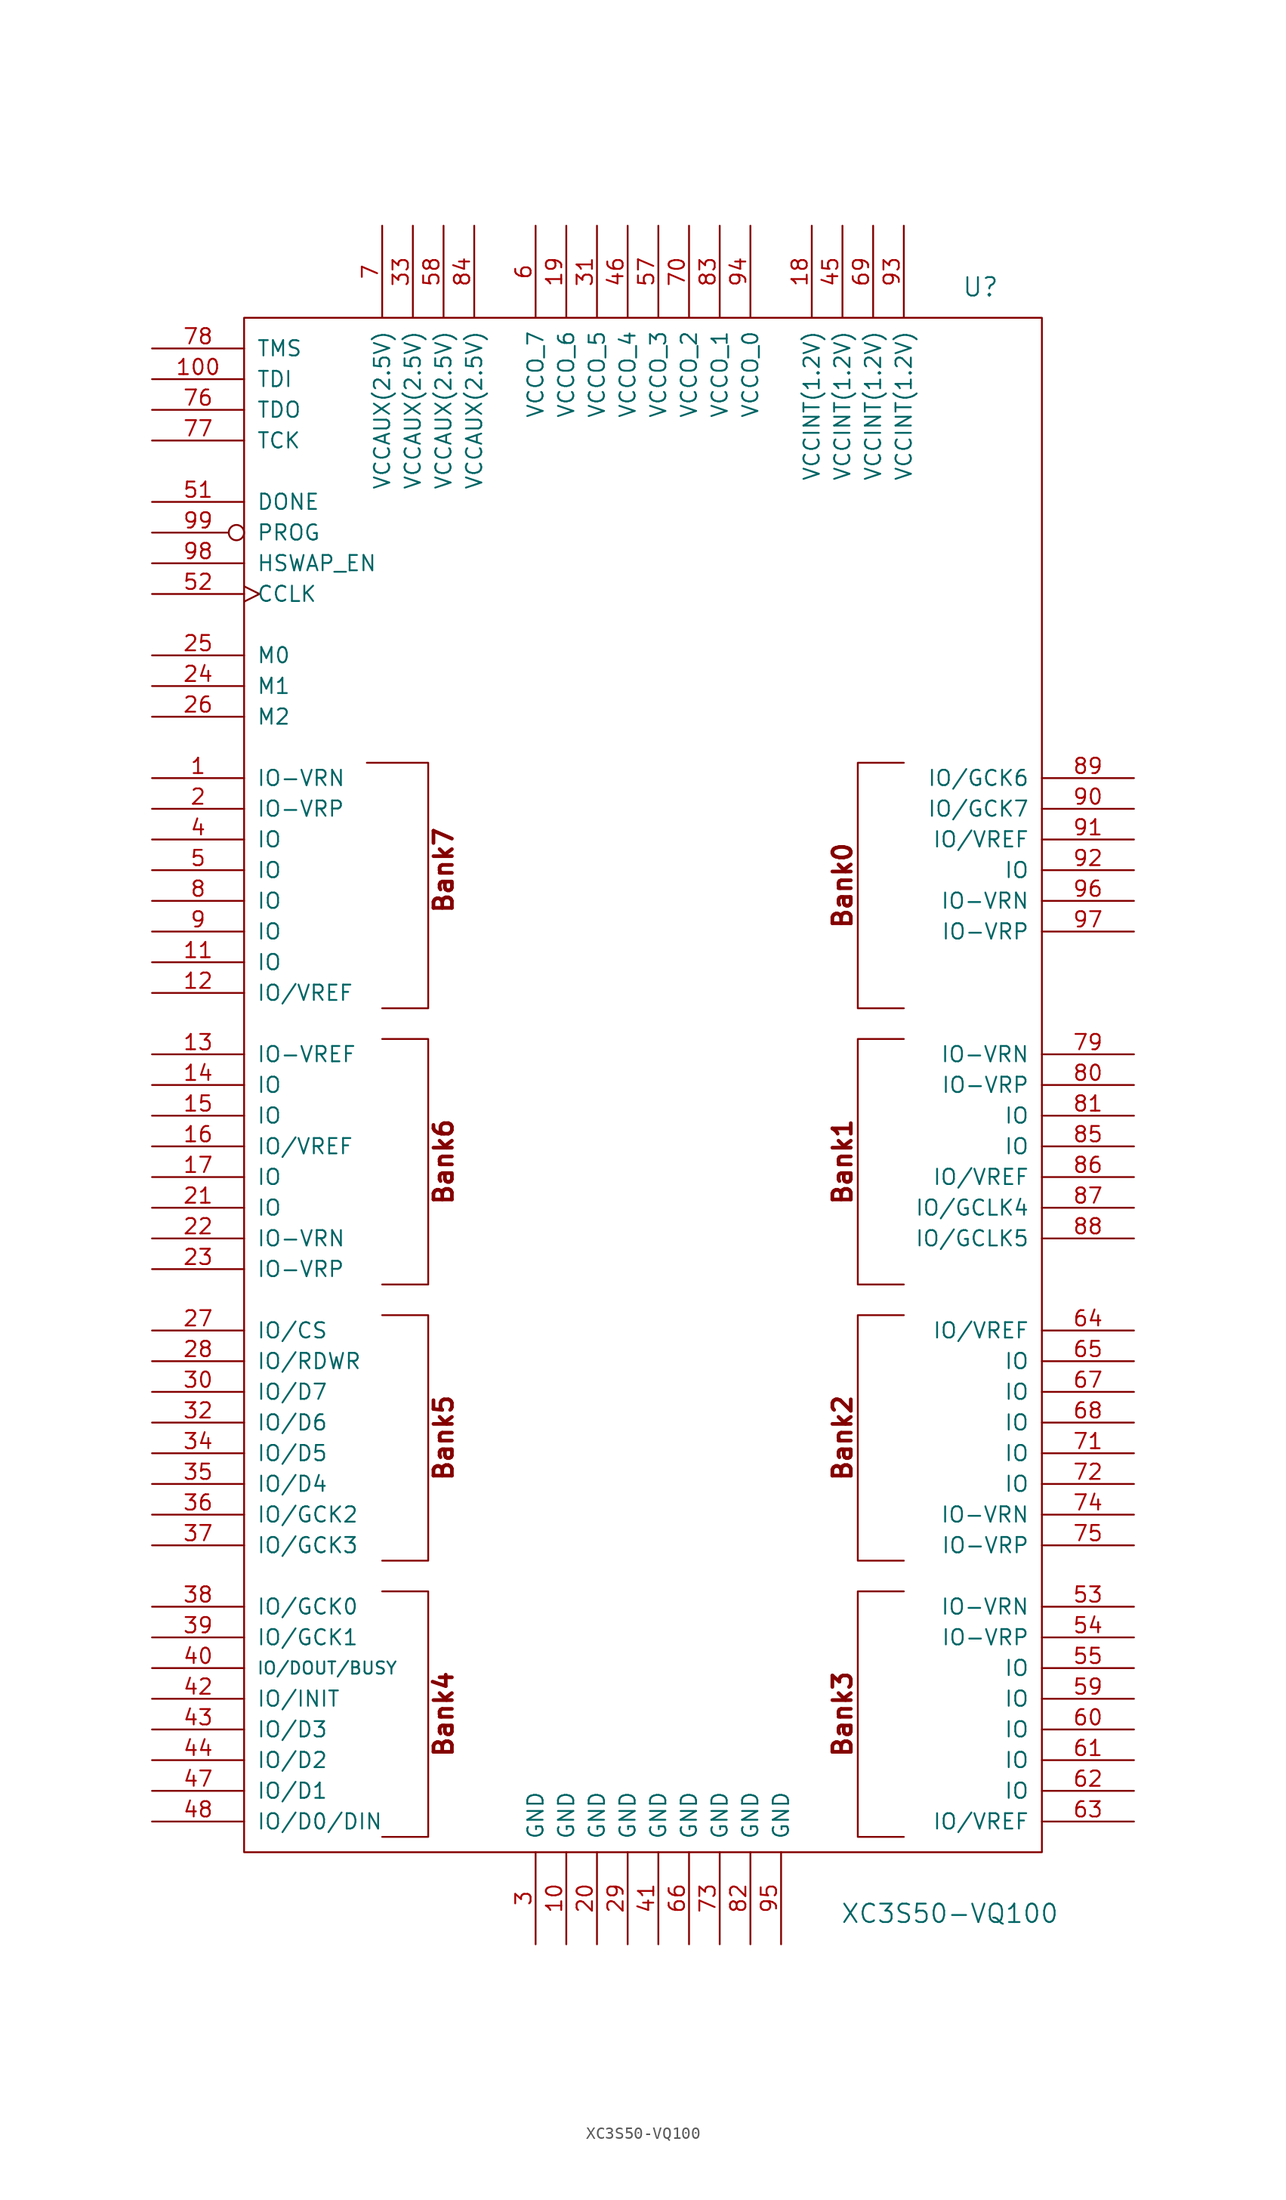
<source format=kicad_sym>
(kicad_symbol_lib
  (version 20211014)
  (generator kicad_symbol_editor)
  (symbol "XC3S50-VQ100"
    (pin_names
      (offset 1.016))
    (property "Reference" "U"
      (at 26.67 66.04 0)
      (effects (font (size 1.524 1.524))))
    (property "Value" "XC3S50-VQ100"
      (at 24.13 -68.58 0)
      (effects (font (size 1.524 1.524))))
    (property "Footprint" ""
      (at 0 0 0)
      (effects (font (size 1.524 1.524))))
    (property "Datasheet" ""
      (at 0 0 0)
      (effects (font (size 1.524 1.524))))
    (symbol "XC3S50-VQ100_0_0"
      (rectangle (start -34.29 63.5) (end 31.75 -63.5) (stroke (width 0) (type default) (color 0 0 0 0)) (fill (type none)))
      (text "Bank0" (at 15.24 16.51 900) (effects (font (size 1.524 1.524) bold)))
      (text "Bank1" (at 15.24 -6.35 900) (effects (font (size 1.524 1.524) bold)))
      (text "Bank2" (at 15.24 -29.21 900) (effects (font (size 1.524 1.524) bold)))
      (text "Bank3" (at 15.24 -52.07 900) (effects (font (size 1.524 1.524) bold)))
      (text "Bank4" (at -17.78 -52.07 900) (effects (font (size 1.524 1.524) bold)))
      (text "Bank5" (at -17.78 -29.21 900) (effects (font (size 1.524 1.524) bold)))
      (text "Bank6" (at -17.78 -6.35 900) (effects (font (size 1.524 1.524) bold)))
      (text "Bank7" (at -17.78 17.78 900) (effects (font (size 1.524 1.524) bold))))
    (symbol "XC3S50-VQ100_0_1"
      (polyline (pts (xy -24.13 26.67) (xy -19.05 26.67) (xy -19.05 6.35) (xy -22.86 6.35) (xy -22.86 6.35)) (stroke (width 0) (type default) (color 0 0 0 0)) (fill (type none)))
      (polyline (pts (xy -22.86 -41.91) (xy -19.05 -41.91) (xy -19.05 -62.23) (xy -22.86 -62.23) (xy -22.86 -62.23)) (stroke (width 0) (type default) (color 0 0 0 0)) (fill (type none)))
      (polyline (pts (xy -22.86 -19.05) (xy -19.05 -19.05) (xy -19.05 -39.37) (xy -22.86 -39.37) (xy -22.86 -39.37)) (stroke (width 0) (type default) (color 0 0 0 0)) (fill (type none)))
      (polyline (pts (xy -22.86 3.81) (xy -19.05 3.81) (xy -19.05 -16.51) (xy -22.86 -16.51) (xy -22.86 -16.51)) (stroke (width 0) (type default) (color 0 0 0 0)) (fill (type none)))
      (polyline (pts (xy 20.32 -41.91) (xy 16.51 -41.91) (xy 16.51 -62.23) (xy 20.32 -62.23) (xy 20.32 -62.23)) (stroke (width 0) (type default) (color 0 0 0 0)) (fill (type none)))
      (polyline (pts (xy 20.32 -19.05) (xy 16.51 -19.05) (xy 16.51 -39.37) (xy 20.32 -39.37) (xy 20.32 -39.37)) (stroke (width 0) (type default) (color 0 0 0 0)) (fill (type none)))
      (polyline (pts (xy 20.32 3.81) (xy 16.51 3.81) (xy 16.51 -16.51) (xy 20.32 -16.51) (xy 20.32 -16.51)) (stroke (width 0) (type default) (color 0 0 0 0)) (fill (type none)))
      (polyline (pts (xy 20.32 26.67) (xy 16.51 26.67) (xy 16.51 6.35) (xy 20.32 6.35) (xy 20.32 6.35)) (stroke (width 0) (type default) (color 0 0 0 0)) (fill (type none))))
    (symbol "XC3S50-VQ100_1_1"
      (pin bidirectional line (at -41.91 25.4 0) (length 7.62) (name "IO-VRN" (effects (font (size 1.27 1.27)))) (number "1" (effects (font (size 1.27 1.27)))))
      (pin power_in line (at -7.62 -71.12 90) (length 7.62) (name "GND" (effects (font (size 1.27 1.27)))) (number "10" (effects (font (size 1.27 1.27)))))
      (pin input line (at -41.91 58.42 0) (length 7.62) (name "TDI" (effects (font (size 1.27 1.27)))) (number "100" (effects (font (size 1.27 1.27)))))
      (pin bidirectional line (at -41.91 10.16 0) (length 7.62) (name "IO" (effects (font (size 1.27 1.27)))) (number "11" (effects (font (size 1.27 1.27)))))
      (pin bidirectional line (at -41.91 7.62 0) (length 7.62) (name "IO/VREF" (effects (font (size 1.27 1.27)))) (number "12" (effects (font (size 1.27 1.27)))))
      (pin input line (at -41.91 2.54 0) (length 7.62) (name "IO-VREF" (effects (font (size 1.27 1.27)))) (number "13" (effects (font (size 1.27 1.27)))))
      (pin bidirectional line (at -41.91 0 0) (length 7.62) (name "IO" (effects (font (size 1.27 1.27)))) (number "14" (effects (font (size 1.27 1.27)))))
      (pin bidirectional line (at -41.91 -2.54 0) (length 7.62) (name "IO" (effects (font (size 1.27 1.27)))) (number "15" (effects (font (size 1.27 1.27)))))
      (pin bidirectional line (at -41.91 -5.08 0) (length 7.62) (name "IO/VREF" (effects (font (size 1.27 1.27)))) (number "16" (effects (font (size 1.27 1.27)))))
      (pin bidirectional line (at -41.91 -7.62 0) (length 7.62) (name "IO" (effects (font (size 1.27 1.27)))) (number "17" (effects (font (size 1.27 1.27)))))
      (pin power_in line (at 12.7 71.12 270) (length 7.62) (name "VCCINT(1.2V)" (effects (font (size 1.27 1.27)))) (number "18" (effects (font (size 1.27 1.27)))))
      (pin power_in line (at -7.62 71.12 270) (length 7.62) (name "VCCO_6" (effects (font (size 1.27 1.27)))) (number "19" (effects (font (size 1.27 1.27)))))
      (pin bidirectional line (at -41.91 22.86 0) (length 7.62) (name "IO-VRP" (effects (font (size 1.27 1.27)))) (number "2" (effects (font (size 1.27 1.27)))))
      (pin power_in line (at -5.08 -71.12 90) (length 7.62) (name "GND" (effects (font (size 1.27 1.27)))) (number "20" (effects (font (size 1.27 1.27)))))
      (pin bidirectional line (at -41.91 -10.16 0) (length 7.62) (name "IO" (effects (font (size 1.27 1.27)))) (number "21" (effects (font (size 1.27 1.27)))))
      (pin bidirectional line (at -41.91 -12.7 0) (length 7.62) (name "IO-VRN" (effects (font (size 1.27 1.27)))) (number "22" (effects (font (size 1.27 1.27)))))
      (pin bidirectional line (at -41.91 -15.24 0) (length 7.62) (name "IO-VRP" (effects (font (size 1.27 1.27)))) (number "23" (effects (font (size 1.27 1.27)))))
      (pin input line (at -41.91 33.02 0) (length 7.62) (name "M1" (effects (font (size 1.27 1.27)))) (number "24" (effects (font (size 1.27 1.27)))))
      (pin input line (at -41.91 35.56 0) (length 7.62) (name "M0" (effects (font (size 1.27 1.27)))) (number "25" (effects (font (size 1.27 1.27)))))
      (pin input line (at -41.91 30.48 0) (length 7.62) (name "M2" (effects (font (size 1.27 1.27)))) (number "26" (effects (font (size 1.27 1.27)))))
      (pin bidirectional line (at -41.91 -20.32 0) (length 7.62) (name "IO/CS" (effects (font (size 1.27 1.27)))) (number "27" (effects (font (size 1.27 1.27)))))
      (pin bidirectional line (at -41.91 -22.86 0) (length 7.62) (name "IO/RDWR" (effects (font (size 1.27 1.27)))) (number "28" (effects (font (size 1.27 1.27)))))
      (pin power_in line (at -2.54 -71.12 90) (length 7.62) (name "GND" (effects (font (size 1.27 1.27)))) (number "29" (effects (font (size 1.27 1.27)))))
      (pin power_in line (at -10.16 -71.12 90) (length 7.62) (name "GND" (effects (font (size 1.27 1.27)))) (number "3" (effects (font (size 1.27 1.27)))))
      (pin bidirectional line (at -41.91 -25.4 0) (length 7.62) (name "IO/D7" (effects (font (size 1.27 1.27)))) (number "30" (effects (font (size 1.27 1.27)))))
      (pin power_in line (at -5.08 71.12 270) (length 7.62) (name "VCCO_5" (effects (font (size 1.27 1.27)))) (number "31" (effects (font (size 1.27 1.27)))))
      (pin bidirectional line (at -41.91 -27.94 0) (length 7.62) (name "IO/D6" (effects (font (size 1.27 1.27)))) (number "32" (effects (font (size 1.27 1.27)))))
      (pin power_in line (at -20.32 71.12 270) (length 7.62) (name "VCCAUX(2.5V)" (effects (font (size 1.27 1.27)))) (number "33" (effects (font (size 1.27 1.27)))))
      (pin bidirectional line (at -41.91 -30.48 0) (length 7.62) (name "IO/D5" (effects (font (size 1.27 1.27)))) (number "34" (effects (font (size 1.27 1.27)))))
      (pin bidirectional line (at -41.91 -33.02 0) (length 7.62) (name "IO/D4" (effects (font (size 1.27 1.27)))) (number "35" (effects (font (size 1.27 1.27)))))
      (pin bidirectional line (at -41.91 -35.56 0) (length 7.62) (name "IO/GCK2" (effects (font (size 1.27 1.27)))) (number "36" (effects (font (size 1.27 1.27)))))
      (pin bidirectional line (at -41.91 -38.1 0) (length 7.62) (name "IO/GCK3" (effects (font (size 1.27 1.27)))) (number "37" (effects (font (size 1.27 1.27)))))
      (pin bidirectional line (at -41.91 -43.18 0) (length 7.62) (name "IO/GCK0" (effects (font (size 1.27 1.27)))) (number "38" (effects (font (size 1.27 1.27)))))
      (pin bidirectional line (at -41.91 -45.72 0) (length 7.62) (name "IO/GCK1" (effects (font (size 1.27 1.27)))) (number "39" (effects (font (size 1.27 1.27)))))
      (pin bidirectional line (at -41.91 20.32 0) (length 7.62) (name "IO" (effects (font (size 1.27 1.27)))) (number "4" (effects (font (size 1.27 1.27)))))
      (pin bidirectional line (at -41.91 -48.26 0) (length 7.62) (name "IO/DOUT/BUSY" (effects (font (size 1.016 1.016)))) (number "40" (effects (font (size 1.27 1.27)))))
      (pin power_in line (at 0 -71.12 90) (length 7.62) (name "GND" (effects (font (size 1.27 1.27)))) (number "41" (effects (font (size 1.27 1.27)))))
      (pin bidirectional line (at -41.91 -50.8 0) (length 7.62) (name "IO/INIT" (effects (font (size 1.27 1.27)))) (number "42" (effects (font (size 1.27 1.27)))))
      (pin bidirectional line (at -41.91 -53.34 0) (length 7.62) (name "IO/D3" (effects (font (size 1.27 1.27)))) (number "43" (effects (font (size 1.27 1.27)))))
      (pin bidirectional line (at -41.91 -55.88 0) (length 7.62) (name "IO/D2" (effects (font (size 1.27 1.27)))) (number "44" (effects (font (size 1.27 1.27)))))
      (pin power_in line (at 15.24 71.12 270) (length 7.62) (name "VCCINT(1.2V)" (effects (font (size 1.27 1.27)))) (number "45" (effects (font (size 1.27 1.27)))))
      (pin power_in line (at -2.54 71.12 270) (length 7.62) (name "VCCO_4" (effects (font (size 1.27 1.27)))) (number "46" (effects (font (size 1.27 1.27)))))
      (pin bidirectional line (at -41.91 -58.42 0) (length 7.62) (name "IO/D1" (effects (font (size 1.27 1.27)))) (number "47" (effects (font (size 1.27 1.27)))))
      (pin bidirectional line (at -41.91 -60.96 0) (length 7.62) (name "IO/D0/DIN" (effects (font (size 1.27 1.27)))) (number "48" (effects (font (size 1.27 1.27)))))
      (pin bidirectional line (at -41.91 17.78 0) (length 7.62) (name "IO" (effects (font (size 1.27 1.27)))) (number "5" (effects (font (size 1.27 1.27)))))
      (pin open_collector line (at -41.91 48.26 0) (length 7.62) (name "DONE" (effects (font (size 1.27 1.27)))) (number "51" (effects (font (size 1.27 1.27)))))
      (pin input clock (at -41.91 40.64 0) (length 7.62) (name "CCLK" (effects (font (size 1.27 1.27)))) (number "52" (effects (font (size 1.27 1.27)))))
      (pin bidirectional line (at 39.37 -43.18 180) (length 7.62) (name "IO-VRN" (effects (font (size 1.27 1.27)))) (number "53" (effects (font (size 1.27 1.27)))))
      (pin bidirectional line (at 39.37 -45.72 180) (length 7.62) (name "IO-VRP" (effects (font (size 1.27 1.27)))) (number "54" (effects (font (size 1.27 1.27)))))
      (pin bidirectional line (at 39.37 -48.26 180) (length 7.62) (name "IO" (effects (font (size 1.27 1.27)))) (number "55" (effects (font (size 1.27 1.27)))))
      (pin power_in line (at 0 71.12 270) (length 7.62) (name "VCCO_3" (effects (font (size 1.27 1.27)))) (number "57" (effects (font (size 1.27 1.27)))))
      (pin power_in line (at -17.78 71.12 270) (length 7.62) (name "VCCAUX(2.5V)" (effects (font (size 1.27 1.27)))) (number "58" (effects (font (size 1.27 1.27)))))
      (pin bidirectional line (at 39.37 -50.8 180) (length 7.62) (name "IO" (effects (font (size 1.27 1.27)))) (number "59" (effects (font (size 1.27 1.27)))))
      (pin power_in line (at -10.16 71.12 270) (length 7.62) (name "VCCO_7" (effects (font (size 1.27 1.27)))) (number "6" (effects (font (size 1.27 1.27)))))
      (pin bidirectional line (at 39.37 -53.34 180) (length 7.62) (name "IO" (effects (font (size 1.27 1.27)))) (number "60" (effects (font (size 1.27 1.27)))))
      (pin bidirectional line (at 39.37 -55.88 180) (length 7.62) (name "IO" (effects (font (size 1.27 1.27)))) (number "61" (effects (font (size 1.27 1.27)))))
      (pin bidirectional line (at 39.37 -58.42 180) (length 7.62) (name "IO" (effects (font (size 1.27 1.27)))) (number "62" (effects (font (size 1.27 1.27)))))
      (pin bidirectional line (at 39.37 -60.96 180) (length 7.62) (name "IO/VREF" (effects (font (size 1.27 1.27)))) (number "63" (effects (font (size 1.27 1.27)))))
      (pin bidirectional line (at 39.37 -20.32 180) (length 7.62) (name "IO/VREF" (effects (font (size 1.27 1.27)))) (number "64" (effects (font (size 1.27 1.27)))))
      (pin bidirectional line (at 39.37 -22.86 180) (length 7.62) (name "IO" (effects (font (size 1.27 1.27)))) (number "65" (effects (font (size 1.27 1.27)))))
      (pin power_in line (at 2.54 -71.12 90) (length 7.62) (name "GND" (effects (font (size 1.27 1.27)))) (number "66" (effects (font (size 1.27 1.27)))))
      (pin bidirectional line (at 39.37 -25.4 180) (length 7.62) (name "IO" (effects (font (size 1.27 1.27)))) (number "67" (effects (font (size 1.27 1.27)))))
      (pin bidirectional line (at 39.37 -27.94 180) (length 7.62) (name "IO" (effects (font (size 1.27 1.27)))) (number "68" (effects (font (size 1.27 1.27)))))
      (pin power_in line (at 17.78 71.12 270) (length 7.62) (name "VCCINT(1.2V)" (effects (font (size 1.27 1.27)))) (number "69" (effects (font (size 1.27 1.27)))))
      (pin power_in line (at -22.86 71.12 270) (length 7.62) (name "VCCAUX(2.5V)" (effects (font (size 1.27 1.27)))) (number "7" (effects (font (size 1.27 1.27)))))
      (pin power_in line (at 2.54 71.12 270) (length 7.62) (name "VCCO_2" (effects (font (size 1.27 1.27)))) (number "70" (effects (font (size 1.27 1.27)))))
      (pin bidirectional line (at 39.37 -30.48 180) (length 7.62) (name "IO" (effects (font (size 1.27 1.27)))) (number "71" (effects (font (size 1.27 1.27)))))
      (pin bidirectional line (at 39.37 -33.02 180) (length 7.62) (name "IO" (effects (font (size 1.27 1.27)))) (number "72" (effects (font (size 1.27 1.27)))))
      (pin power_in line (at 5.08 -71.12 90) (length 7.62) (name "GND" (effects (font (size 1.27 1.27)))) (number "73" (effects (font (size 1.27 1.27)))))
      (pin bidirectional line (at 39.37 -35.56 180) (length 7.62) (name "IO-VRN" (effects (font (size 1.27 1.27)))) (number "74" (effects (font (size 1.27 1.27)))))
      (pin bidirectional line (at 39.37 -38.1 180) (length 7.62) (name "IO-VRP" (effects (font (size 1.27 1.27)))) (number "75" (effects (font (size 1.27 1.27)))))
      (pin output line (at -41.91 55.88 0) (length 7.62) (name "TDO" (effects (font (size 1.27 1.27)))) (number "76" (effects (font (size 1.27 1.27)))))
      (pin input line (at -41.91 53.34 0) (length 7.62) (name "TCK" (effects (font (size 1.27 1.27)))) (number "77" (effects (font (size 1.27 1.27)))))
      (pin input line (at -41.91 60.96 0) (length 7.62) (name "TMS" (effects (font (size 1.27 1.27)))) (number "78" (effects (font (size 1.27 1.27)))))
      (pin bidirectional line (at 39.37 2.54 180) (length 7.62) (name "IO-VRN" (effects (font (size 1.27 1.27)))) (number "79" (effects (font (size 1.27 1.27)))))
      (pin bidirectional line (at -41.91 15.24 0) (length 7.62) (name "IO" (effects (font (size 1.27 1.27)))) (number "8" (effects (font (size 1.27 1.27)))))
      (pin bidirectional line (at 39.37 0 180) (length 7.62) (name "IO-VRP" (effects (font (size 1.27 1.27)))) (number "80" (effects (font (size 1.27 1.27)))))
      (pin bidirectional line (at 39.37 -2.54 180) (length 7.62) (name "IO" (effects (font (size 1.27 1.27)))) (number "81" (effects (font (size 1.27 1.27)))))
      (pin power_in line (at 7.62 -71.12 90) (length 7.62) (name "GND" (effects (font (size 1.27 1.27)))) (number "82" (effects (font (size 1.27 1.27)))))
      (pin passive line (at 5.08 71.12 270) (length 7.62) (name "VCCO_1" (effects (font (size 1.27 1.27)))) (number "83" (effects (font (size 1.27 1.27)))))
      (pin power_in line (at -15.24 71.12 270) (length 7.62) (name "VCCAUX(2.5V)" (effects (font (size 1.27 1.27)))) (number "84" (effects (font (size 1.27 1.27)))))
      (pin bidirectional line (at 39.37 -5.08 180) (length 7.62) (name "IO" (effects (font (size 1.27 1.27)))) (number "85" (effects (font (size 1.27 1.27)))))
      (pin bidirectional line (at 39.37 -7.62 180) (length 7.62) (name "IO/VREF" (effects (font (size 1.27 1.27)))) (number "86" (effects (font (size 1.27 1.27)))))
      (pin bidirectional line (at 39.37 -10.16 180) (length 7.62) (name "IO/GCLK4" (effects (font (size 1.27 1.27)))) (number "87" (effects (font (size 1.27 1.27)))))
      (pin bidirectional line (at 39.37 -12.7 180) (length 7.62) (name "IO/GCLK5" (effects (font (size 1.27 1.27)))) (number "88" (effects (font (size 1.27 1.27)))))
      (pin bidirectional line (at 39.37 25.4 180) (length 7.62) (name "IO/GCK6" (effects (font (size 1.27 1.27)))) (number "89" (effects (font (size 1.27 1.27)))))
      (pin bidirectional line (at -41.91 12.7 0) (length 7.62) (name "IO" (effects (font (size 1.27 1.27)))) (number "9" (effects (font (size 1.27 1.27)))))
      (pin bidirectional line (at 39.37 22.86 180) (length 7.62) (name "IO/GCK7" (effects (font (size 1.27 1.27)))) (number "90" (effects (font (size 1.27 1.27)))))
      (pin bidirectional line (at 39.37 20.32 180) (length 7.62) (name "IO/VREF" (effects (font (size 1.27 1.27)))) (number "91" (effects (font (size 1.27 1.27)))))
      (pin bidirectional line (at 39.37 17.78 180) (length 7.62) (name "IO" (effects (font (size 1.27 1.27)))) (number "92" (effects (font (size 1.27 1.27)))))
      (pin power_in line (at 20.32 71.12 270) (length 7.62) (name "VCCINT(1.2V)" (effects (font (size 1.27 1.27)))) (number "93" (effects (font (size 1.27 1.27)))))
      (pin passive line (at 7.62 71.12 270) (length 7.62) (name "VCCO_0" (effects (font (size 1.27 1.27)))) (number "94" (effects (font (size 1.27 1.27)))))
      (pin power_in line (at 10.16 -71.12 90) (length 7.62) (name "GND" (effects (font (size 1.27 1.27)))) (number "95" (effects (font (size 1.27 1.27)))))
      (pin bidirectional line (at 39.37 15.24 180) (length 7.62) (name "IO-VRN" (effects (font (size 1.27 1.27)))) (number "96" (effects (font (size 1.27 1.27)))))
      (pin bidirectional line (at 39.37 12.7 180) (length 7.62) (name "IO-VRP" (effects (font (size 1.27 1.27)))) (number "97" (effects (font (size 1.27 1.27)))))
      (pin bidirectional line (at -41.91 43.18 0) (length 7.62) (name "HSWAP_EN" (effects (font (size 1.27 1.27)))) (number "98" (effects (font (size 1.27 1.27)))))
      (pin input inverted (at -41.91 45.72 0) (length 7.62) (name "PROG" (effects (font (size 1.27 1.27)))) (number "99" (effects (font (size 1.27 1.27))))))))
</source>
